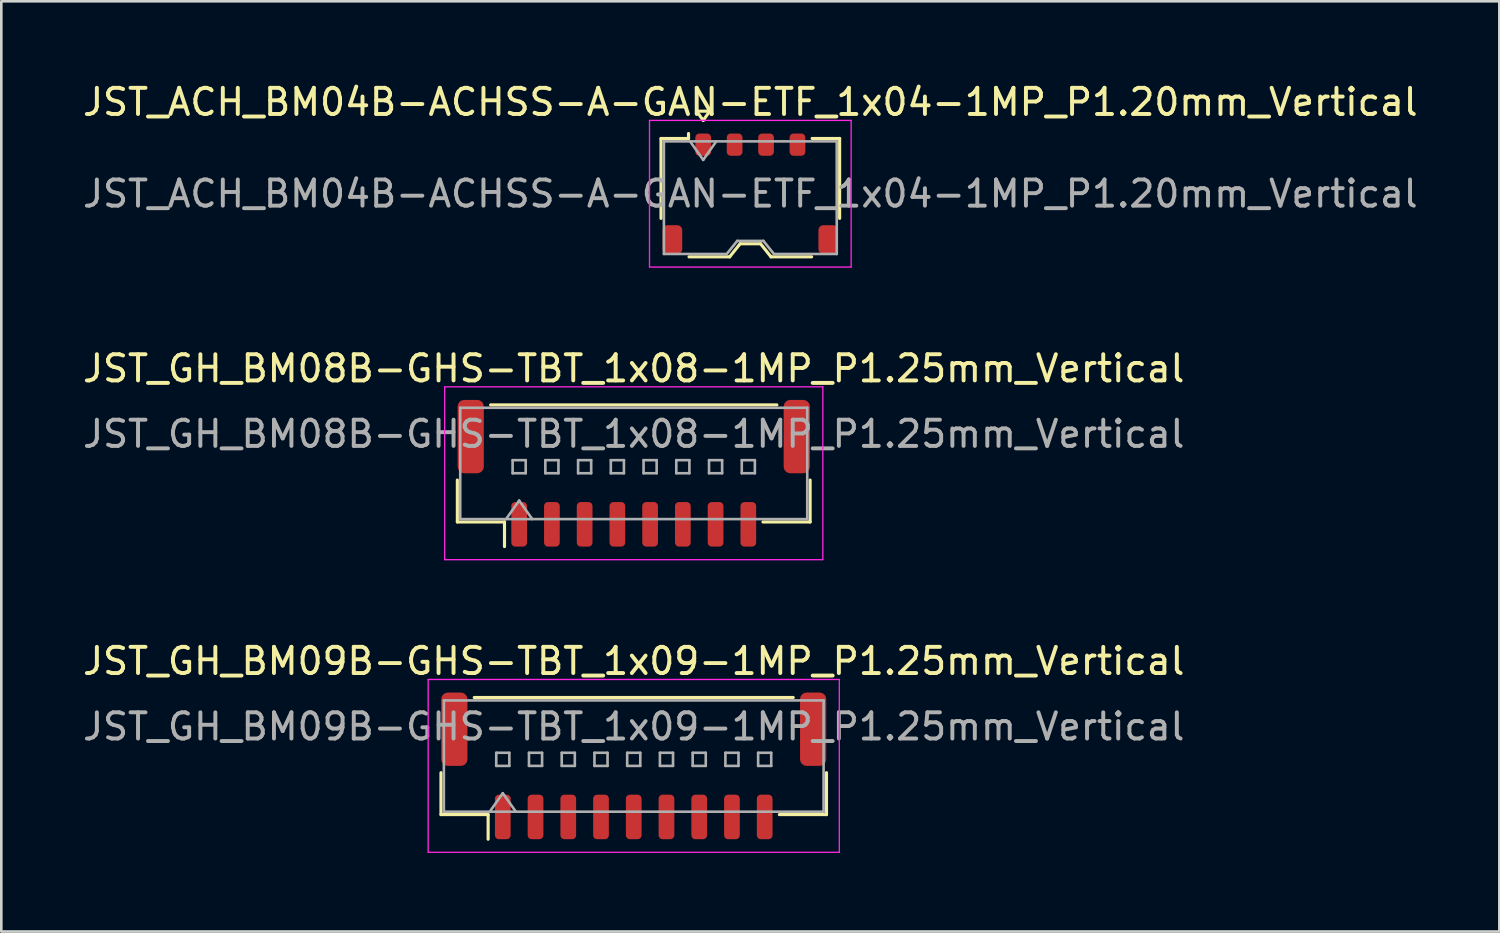
<source format=kicad_pcb>
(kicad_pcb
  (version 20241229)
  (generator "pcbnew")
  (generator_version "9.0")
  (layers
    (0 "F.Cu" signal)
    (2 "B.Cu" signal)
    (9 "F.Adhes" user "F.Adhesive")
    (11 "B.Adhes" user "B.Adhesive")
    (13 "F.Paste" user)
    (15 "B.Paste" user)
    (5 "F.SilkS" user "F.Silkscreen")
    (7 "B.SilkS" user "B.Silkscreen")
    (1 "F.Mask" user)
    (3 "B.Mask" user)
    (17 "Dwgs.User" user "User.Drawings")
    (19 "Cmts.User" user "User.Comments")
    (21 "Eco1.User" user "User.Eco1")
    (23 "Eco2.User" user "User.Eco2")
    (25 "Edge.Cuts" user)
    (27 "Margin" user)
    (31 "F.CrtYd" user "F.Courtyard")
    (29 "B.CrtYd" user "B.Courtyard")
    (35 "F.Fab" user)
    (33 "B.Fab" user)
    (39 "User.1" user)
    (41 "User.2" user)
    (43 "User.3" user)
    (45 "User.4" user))
  (footprint "JST_GH_BM09B-GHS-TBT_1x09-1MP_P1.25mm_Vertical"
    (layer "F.Cu")
    (at 21.149 26.195)
    (property "Reference" "JST_GH_BM09B-GHS-TBT_1x09-1MP_P1.25mm_Vertical" (at 0 -4 0) (layer "F.SilkS") (effects (font (size 1 1) (thickness 0.15))))
    (attr smd)
    (fp_line (start -7.36 0.26) (end -7.36 1.86) (stroke (width 0.12) (type solid)) (layer "F.SilkS"))
    (fp_line (start -7.36 1.86) (end -5.56 1.86) (stroke (width 0.12) (type solid)) (layer "F.SilkS"))
    (fp_line (start -6.09 -2.61) (end 6.09 -2.61) (stroke (width 0.12) (type solid)) (layer "F.SilkS"))
    (fp_line (start -5.56 1.86) (end -5.56 2.8) (stroke (width 0.12) (type solid)) (layer "F.SilkS"))
    (fp_line (start 7.36 0.26) (end 7.36 1.86) (stroke (width 0.12) (type solid)) (layer "F.SilkS"))
    (fp_line (start 7.36 1.86) (end 5.56 1.86) (stroke (width 0.12) (type solid)) (layer "F.SilkS"))
    (fp_line (start -7.85 -3.3) (end -7.85 3.3) (stroke (width 0.05) (type solid)) (layer "F.CrtYd"))
    (fp_line (start -7.85 3.3) (end 7.85 3.3) (stroke (width 0.05) (type solid)) (layer "F.CrtYd"))
    (fp_line (start 7.85 -3.3) (end -7.85 -3.3) (stroke (width 0.05) (type solid)) (layer "F.CrtYd"))
    (fp_line (start 7.85 3.3) (end 7.85 -3.3) (stroke (width 0.05) (type solid)) (layer "F.CrtYd"))
    (fp_line (start -7.25 -2.5) (end 7.25 -2.5) (stroke (width 0.1) (type solid)) (layer "F.Fab"))
    (fp_line (start -7.25 1.75) (end -7.25 -2.5) (stroke (width 0.1) (type solid)) (layer "F.Fab"))
    (fp_line (start -7.25 1.75) (end 7.25 1.75) (stroke (width 0.1) (type solid)) (layer "F.Fab"))
    (fp_line (start -5.5 1.75) (end -5 1.043) (stroke (width 0.1) (type solid)) (layer "F.Fab"))
    (fp_line (start -5.25 -0.5) (end -5.25 0) (stroke (width 0.1) (type solid)) (layer "F.Fab"))
    (fp_line (start -5.25 0) (end -4.75 0) (stroke (width 0.1) (type solid)) (layer "F.Fab"))
    (fp_line (start -5 1.043) (end -4.5 1.75) (stroke (width 0.1) (type solid)) (layer "F.Fab"))
    (fp_line (start -4.75 -0.5) (end -5.25 -0.5) (stroke (width 0.1) (type solid)) (layer "F.Fab"))
    (fp_line (start -4.75 0) (end -4.75 -0.5) (stroke (width 0.1) (type solid)) (layer "F.Fab"))
    (fp_line (start -4 -0.5) (end -4 0) (stroke (width 0.1) (type solid)) (layer "F.Fab"))
    (fp_line (start -4 0) (end -3.5 0) (stroke (width 0.1) (type solid)) (layer "F.Fab"))
    (fp_line (start -3.5 -0.5) (end -4 -0.5) (stroke (width 0.1) (type solid)) (layer "F.Fab"))
    (fp_line (start -3.5 0) (end -3.5 -0.5) (stroke (width 0.1) (type solid)) (layer "F.Fab"))
    (fp_line (start -2.75 -0.5) (end -2.75 0) (stroke (width 0.1) (type solid)) (layer "F.Fab"))
    (fp_line (start -2.75 0) (end -2.25 0) (stroke (width 0.1) (type solid)) (layer "F.Fab"))
    (fp_line (start -2.25 -0.5) (end -2.75 -0.5) (stroke (width 0.1) (type solid)) (layer "F.Fab"))
    (fp_line (start -2.25 0) (end -2.25 -0.5) (stroke (width 0.1) (type solid)) (layer "F.Fab"))
    (fp_line (start -1.5 -0.5) (end -1.5 0) (stroke (width 0.1) (type solid)) (layer "F.Fab"))
    (fp_line (start -1.5 0) (end -1 0) (stroke (width 0.1) (type solid)) (layer "F.Fab"))
    (fp_line (start -1 -0.5) (end -1.5 -0.5) (stroke (width 0.1) (type solid)) (layer "F.Fab"))
    (fp_line (start -1 0) (end -1 -0.5) (stroke (width 0.1) (type solid)) (layer "F.Fab"))
    (fp_line (start -0.25 -0.5) (end -0.25 0) (stroke (width 0.1) (type solid)) (layer "F.Fab"))
    (fp_line (start -0.25 0) (end 0.25 0) (stroke (width 0.1) (type solid)) (layer "F.Fab"))
    (fp_line (start 0.25 -0.5) (end -0.25 -0.5) (stroke (width 0.1) (type solid)) (layer "F.Fab"))
    (fp_line (start 0.25 0) (end 0.25 -0.5) (stroke (width 0.1) (type solid)) (layer "F.Fab"))
    (fp_line (start 1 -0.5) (end 1 0) (stroke (width 0.1) (type solid)) (layer "F.Fab"))
    (fp_line (start 1 0) (end 1.5 0) (stroke (width 0.1) (type solid)) (layer "F.Fab"))
    (fp_line (start 1.5 -0.5) (end 1 -0.5) (stroke (width 0.1) (type solid)) (layer "F.Fab"))
    (fp_line (start 1.5 0) (end 1.5 -0.5) (stroke (width 0.1) (type solid)) (layer "F.Fab"))
    (fp_line (start 2.25 -0.5) (end 2.25 0) (stroke (width 0.1) (type solid)) (layer "F.Fab"))
    (fp_line (start 2.25 0) (end 2.75 0) (stroke (width 0.1) (type solid)) (layer "F.Fab"))
    (fp_line (start 2.75 -0.5) (end 2.25 -0.5) (stroke (width 0.1) (type solid)) (layer "F.Fab"))
    (fp_line (start 2.75 0) (end 2.75 -0.5) (stroke (width 0.1) (type solid)) (layer "F.Fab"))
    (fp_line (start 3.5 -0.5) (end 3.5 0) (stroke (width 0.1) (type solid)) (layer "F.Fab"))
    (fp_line (start 3.5 0) (end 4 0) (stroke (width 0.1) (type solid)) (layer "F.Fab"))
    (fp_line (start 4 -0.5) (end 3.5 -0.5) (stroke (width 0.1) (type solid)) (layer "F.Fab"))
    (fp_line (start 4 0) (end 4 -0.5) (stroke (width 0.1) (type solid)) (layer "F.Fab"))
    (fp_line (start 4.75 -0.5) (end 4.75 0) (stroke (width 0.1) (type solid)) (layer "F.Fab"))
    (fp_line (start 4.75 0) (end 5.25 0) (stroke (width 0.1) (type solid)) (layer "F.Fab"))
    (fp_line (start 5.25 -0.5) (end 4.75 -0.5) (stroke (width 0.1) (type solid)) (layer "F.Fab"))
    (fp_line (start 5.25 0) (end 5.25 -0.5) (stroke (width 0.1) (type solid)) (layer "F.Fab"))
    (fp_line (start 7.25 1.75) (end 7.25 -2.5) (stroke (width 0.1) (type solid)) (layer "F.Fab"))
    (fp_text user "${REFERENCE}" (at 0 -1.5 0) (layer "F.Fab") (effects (font (size 1 1) (thickness 0.15))))
    (pad "1" smd roundrect (at -5 1.95) (size 0.6 1.7) (layers "F.Cu" "F.Mask" "F.Paste") (roundrect_rratio 0.25))
    (pad "2" smd roundrect (at -3.75 1.95) (size 0.6 1.7) (layers "F.Cu" "F.Mask" "F.Paste") (roundrect_rratio 0.25))
    (pad "3" smd roundrect (at -2.5 1.95) (size 0.6 1.7) (layers "F.Cu" "F.Mask" "F.Paste") (roundrect_rratio 0.25))
    (pad "4" smd roundrect (at -1.25 1.95) (size 0.6 1.7) (layers "F.Cu" "F.Mask" "F.Paste") (roundrect_rratio 0.25))
    (pad "5" smd roundrect (at 0 1.95) (size 0.6 1.7) (layers "F.Cu" "F.Mask" "F.Paste") (roundrect_rratio 0.25))
    (pad "6" smd roundrect (at 1.25 1.95) (size 0.6 1.7) (layers "F.Cu" "F.Mask" "F.Paste") (roundrect_rratio 0.25))
    (pad "7" smd roundrect (at 2.5 1.95) (size 0.6 1.7) (layers "F.Cu" "F.Mask" "F.Paste") (roundrect_rratio 0.25))
    (pad "8" smd roundrect (at 3.75 1.95) (size 0.6 1.7) (layers "F.Cu" "F.Mask" "F.Paste") (roundrect_rratio 0.25))
    (pad "9" smd roundrect (at 5 1.95) (size 0.6 1.7) (layers "F.Cu" "F.Mask" "F.Paste") (roundrect_rratio 0.25))
    (pad "MP" smd roundrect (at -6.85 -1.4) (size 1 2.8) (layers "F.Cu" "F.Mask" "F.Paste") (roundrect_rratio 0.25))
    (pad "MP" smd roundrect (at 6.85 -1.4) (size 1 2.8) (layers "F.Cu" "F.Mask" "F.Paste") (roundrect_rratio 0.25)))
  (footprint "JST_GH_BM08B-GHS-TBT_1x08-1MP_P1.25mm_Vertical"
    (layer "F.Cu")
    (at 21.149 15.021)
    (property "Reference" "JST_GH_BM08B-GHS-TBT_1x08-1MP_P1.25mm_Vertical" (at 0 -4 0) (layer "F.SilkS") (effects (font (size 1 1) (thickness 0.15))))
    (attr smd)
    (fp_line (start -6.735 0.26) (end -6.735 1.86) (stroke (width 0.12) (type solid)) (layer "F.SilkS"))
    (fp_line (start -6.735 1.86) (end -4.935 1.86) (stroke (width 0.12) (type solid)) (layer "F.SilkS"))
    (fp_line (start -5.465 -2.61) (end 5.465 -2.61) (stroke (width 0.12) (type solid)) (layer "F.SilkS"))
    (fp_line (start -4.935 1.86) (end -4.935 2.8) (stroke (width 0.12) (type solid)) (layer "F.SilkS"))
    (fp_line (start 6.735 0.26) (end 6.735 1.86) (stroke (width 0.12) (type solid)) (layer "F.SilkS"))
    (fp_line (start 6.735 1.86) (end 4.935 1.86) (stroke (width 0.12) (type solid)) (layer "F.SilkS"))
    (fp_line (start -7.22 -3.3) (end -7.22 3.3) (stroke (width 0.05) (type solid)) (layer "F.CrtYd"))
    (fp_line (start -7.22 3.3) (end 7.22 3.3) (stroke (width 0.05) (type solid)) (layer "F.CrtYd"))
    (fp_line (start 7.22 -3.3) (end -7.22 -3.3) (stroke (width 0.05) (type solid)) (layer "F.CrtYd"))
    (fp_line (start 7.22 3.3) (end 7.22 -3.3) (stroke (width 0.05) (type solid)) (layer "F.CrtYd"))
    (fp_line (start -6.625 -2.5) (end 6.625 -2.5) (stroke (width 0.1) (type solid)) (layer "F.Fab"))
    (fp_line (start -6.625 1.75) (end -6.625 -2.5) (stroke (width 0.1) (type solid)) (layer "F.Fab"))
    (fp_line (start -6.625 1.75) (end 6.625 1.75) (stroke (width 0.1) (type solid)) (layer "F.Fab"))
    (fp_line (start -4.875 1.75) (end -4.375 1.043) (stroke (width 0.1) (type solid)) (layer "F.Fab"))
    (fp_line (start -4.625 -0.5) (end -4.625 0) (stroke (width 0.1) (type solid)) (layer "F.Fab"))
    (fp_line (start -4.625 0) (end -4.125 0) (stroke (width 0.1) (type solid)) (layer "F.Fab"))
    (fp_line (start -4.375 1.043) (end -3.875 1.75) (stroke (width 0.1) (type solid)) (layer "F.Fab"))
    (fp_line (start -4.125 -0.5) (end -4.625 -0.5) (stroke (width 0.1) (type solid)) (layer "F.Fab"))
    (fp_line (start -4.125 0) (end -4.125 -0.5) (stroke (width 0.1) (type solid)) (layer "F.Fab"))
    (fp_line (start -3.375 -0.5) (end -3.375 0) (stroke (width 0.1) (type solid)) (layer "F.Fab"))
    (fp_line (start -3.375 0) (end -2.875 0) (stroke (width 0.1) (type solid)) (layer "F.Fab"))
    (fp_line (start -2.875 -0.5) (end -3.375 -0.5) (stroke (width 0.1) (type solid)) (layer "F.Fab"))
    (fp_line (start -2.875 0) (end -2.875 -0.5) (stroke (width 0.1) (type solid)) (layer "F.Fab"))
    (fp_line (start -2.125 -0.5) (end -2.125 0) (stroke (width 0.1) (type solid)) (layer "F.Fab"))
    (fp_line (start -2.125 0) (end -1.625 0) (stroke (width 0.1) (type solid)) (layer "F.Fab"))
    (fp_line (start -1.625 -0.5) (end -2.125 -0.5) (stroke (width 0.1) (type solid)) (layer "F.Fab"))
    (fp_line (start -1.625 0) (end -1.625 -0.5) (stroke (width 0.1) (type solid)) (layer "F.Fab"))
    (fp_line (start -0.875 -0.5) (end -0.875 0) (stroke (width 0.1) (type solid)) (layer "F.Fab"))
    (fp_line (start -0.875 0) (end -0.375 0) (stroke (width 0.1) (type solid)) (layer "F.Fab"))
    (fp_line (start -0.375 -0.5) (end -0.875 -0.5) (stroke (width 0.1) (type solid)) (layer "F.Fab"))
    (fp_line (start -0.375 0) (end -0.375 -0.5) (stroke (width 0.1) (type solid)) (layer "F.Fab"))
    (fp_line (start 0.375 -0.5) (end 0.375 0) (stroke (width 0.1) (type solid)) (layer "F.Fab"))
    (fp_line (start 0.375 0) (end 0.875 0) (stroke (width 0.1) (type solid)) (layer "F.Fab"))
    (fp_line (start 0.875 -0.5) (end 0.375 -0.5) (stroke (width 0.1) (type solid)) (layer "F.Fab"))
    (fp_line (start 0.875 0) (end 0.875 -0.5) (stroke (width 0.1) (type solid)) (layer "F.Fab"))
    (fp_line (start 1.625 -0.5) (end 1.625 0) (stroke (width 0.1) (type solid)) (layer "F.Fab"))
    (fp_line (start 1.625 0) (end 2.125 0) (stroke (width 0.1) (type solid)) (layer "F.Fab"))
    (fp_line (start 2.125 -0.5) (end 1.625 -0.5) (stroke (width 0.1) (type solid)) (layer "F.Fab"))
    (fp_line (start 2.125 0) (end 2.125 -0.5) (stroke (width 0.1) (type solid)) (layer "F.Fab"))
    (fp_line (start 2.875 -0.5) (end 2.875 0) (stroke (width 0.1) (type solid)) (layer "F.Fab"))
    (fp_line (start 2.875 0) (end 3.375 0) (stroke (width 0.1) (type solid)) (layer "F.Fab"))
    (fp_line (start 3.375 -0.5) (end 2.875 -0.5) (stroke (width 0.1) (type solid)) (layer "F.Fab"))
    (fp_line (start 3.375 0) (end 3.375 -0.5) (stroke (width 0.1) (type solid)) (layer "F.Fab"))
    (fp_line (start 4.125 -0.5) (end 4.125 0) (stroke (width 0.1) (type solid)) (layer "F.Fab"))
    (fp_line (start 4.125 0) (end 4.625 0) (stroke (width 0.1) (type solid)) (layer "F.Fab"))
    (fp_line (start 4.625 -0.5) (end 4.125 -0.5) (stroke (width 0.1) (type solid)) (layer "F.Fab"))
    (fp_line (start 4.625 0) (end 4.625 -0.5) (stroke (width 0.1) (type solid)) (layer "F.Fab"))
    (fp_line (start 6.625 1.75) (end 6.625 -2.5) (stroke (width 0.1) (type solid)) (layer "F.Fab"))
    (fp_text user "${REFERENCE}" (at 0 -1.5 0) (layer "F.Fab") (effects (font (size 1 1) (thickness 0.15))))
    (pad "1" smd roundrect (at -4.375 1.95) (size 0.6 1.7) (layers "F.Cu" "F.Mask" "F.Paste") (roundrect_rratio 0.25))
    (pad "2" smd roundrect (at -3.125 1.95) (size 0.6 1.7) (layers "F.Cu" "F.Mask" "F.Paste") (roundrect_rratio 0.25))
    (pad "3" smd roundrect (at -1.875 1.95) (size 0.6 1.7) (layers "F.Cu" "F.Mask" "F.Paste") (roundrect_rratio 0.25))
    (pad "4" smd roundrect (at -0.625 1.95) (size 0.6 1.7) (layers "F.Cu" "F.Mask" "F.Paste") (roundrect_rratio 0.25))
    (pad "5" smd roundrect (at 0.625 1.95) (size 0.6 1.7) (layers "F.Cu" "F.Mask" "F.Paste") (roundrect_rratio 0.25))
    (pad "6" smd roundrect (at 1.875 1.95) (size 0.6 1.7) (layers "F.Cu" "F.Mask" "F.Paste") (roundrect_rratio 0.25))
    (pad "7" smd roundrect (at 3.125 1.95) (size 0.6 1.7) (layers "F.Cu" "F.Mask" "F.Paste") (roundrect_rratio 0.25))
    (pad "8" smd roundrect (at 4.375 1.95) (size 0.6 1.7) (layers "F.Cu" "F.Mask" "F.Paste") (roundrect_rratio 0.25))
    (pad "MP" smd roundrect (at -6.225 -1.4) (size 1 2.8) (layers "F.Cu" "F.Mask" "F.Paste") (roundrect_rratio 0.25))
    (pad "MP" smd roundrect (at 6.225 -1.4) (size 1 2.8) (layers "F.Cu" "F.Mask" "F.Paste") (roundrect_rratio 0.25)))
  (footprint "JST_ACH_BM04B-ACHSS-A-GAN-ETF_1x04-1MP_P1.20mm_Vertical"
    (layer "F.Cu")
    (at 25.601 4.348)
    (property "Reference" "JST_ACH_BM04B-ACHSS-A-GAN-ETF_1x04-1MP_P1.20mm_Vertical" (at 0 -3.5 0) (layer "F.SilkS") (effects (font (size 1 1) (thickness 0.15))))
    (attr smd)
    (fp_line (start -3.41 -2.11) (end -2.36 -2.11) (stroke (width 0.12) (type solid)) (layer "F.SilkS"))
    (fp_line (start -3.41 0.94) (end -3.41 -2.11) (stroke (width 0.12) (type solid)) (layer "F.SilkS"))
    (fp_line (start -2.36 -2.11) (end -2.36 -2.3) (stroke (width 0.12) (type solid)) (layer "F.SilkS"))
    (fp_line (start -2.34 2.41) (end -0.79 2.41) (stroke (width 0.12) (type solid)) (layer "F.SilkS"))
    (fp_line (start -2.05 -3.154) (end -1.8 -2.8) (stroke (width 0.12) (type solid)) (layer "F.SilkS"))
    (fp_line (start -1.8 -2.8) (end -1.55 -3.154) (stroke (width 0.12) (type solid)) (layer "F.SilkS"))
    (fp_line (start -1.55 -3.154) (end -2.05 -3.154) (stroke (width 0.12) (type solid)) (layer "F.SilkS"))
    (fp_line (start -0.79 2.41) (end -0.39 1.91) (stroke (width 0.12) (type solid)) (layer "F.SilkS"))
    (fp_line (start -0.39 1.91) (end 0.39 1.91) (stroke (width 0.12) (type solid)) (layer "F.SilkS"))
    (fp_line (start 0.39 1.91) (end 0.79 2.41) (stroke (width 0.12) (type solid)) (layer "F.SilkS"))
    (fp_line (start 0.79 2.41) (end 2.34 2.41) (stroke (width 0.12) (type solid)) (layer "F.SilkS"))
    (fp_line (start 3.41 -2.11) (end 2.36 -2.11) (stroke (width 0.12) (type solid)) (layer "F.SilkS"))
    (fp_line (start 3.41 0.94) (end 3.41 -2.11) (stroke (width 0.12) (type solid)) (layer "F.SilkS"))
    (fp_line (start -3.85 -2.8) (end -3.85 2.8) (stroke (width 0.05) (type solid)) (layer "F.CrtYd"))
    (fp_line (start -3.85 2.8) (end 3.85 2.8) (stroke (width 0.05) (type solid)) (layer "F.CrtYd"))
    (fp_line (start 3.85 -2.8) (end -3.85 -2.8) (stroke (width 0.05) (type solid)) (layer "F.CrtYd"))
    (fp_line (start 3.85 2.8) (end 3.85 -2.8) (stroke (width 0.05) (type solid)) (layer "F.CrtYd"))
    (fp_line (start -3.3 -2) (end -3.3 2.3) (stroke (width 0.1) (type solid)) (layer "F.Fab"))
    (fp_line (start -3.3 -2) (end 3.3 -2) (stroke (width 0.1) (type solid)) (layer "F.Fab"))
    (fp_line (start -3.3 2.3) (end -0.9 2.3) (stroke (width 0.1) (type solid)) (layer "F.Fab"))
    (fp_line (start -2.3 -2) (end -1.8 -1.293) (stroke (width 0.1) (type solid)) (layer "F.Fab"))
    (fp_line (start -1.8 -1.293) (end -1.3 -2) (stroke (width 0.1) (type solid)) (layer "F.Fab"))
    (fp_line (start -0.9 2.3) (end -0.5 1.8) (stroke (width 0.1) (type solid)) (layer "F.Fab"))
    (fp_line (start -0.5 1.8) (end 0.5 1.8) (stroke (width 0.1) (type solid)) (layer "F.Fab"))
    (fp_line (start 0.5 1.8) (end 0.9 2.3) (stroke (width 0.1) (type solid)) (layer "F.Fab"))
    (fp_line (start 0.9 2.3) (end 3.3 2.3) (stroke (width 0.1) (type solid)) (layer "F.Fab"))
    (fp_line (start 3.3 -2) (end 3.3 2.3) (stroke (width 0.1) (type solid)) (layer "F.Fab"))
    (fp_text user "${REFERENCE}" (at 0 0 0) (layer "F.Fab") (effects (font (size 1 1) (thickness 0.15))))
    (pad "1" smd roundrect (at -1.8 -1.875) (size 0.6 0.85) (layers "F.Cu" "F.Mask" "F.Paste") (roundrect_rratio 0.25))
    (pad "2" smd roundrect (at -0.6 -1.875) (size 0.6 0.85) (layers "F.Cu" "F.Mask" "F.Paste") (roundrect_rratio 0.25))
    (pad "3" smd roundrect (at 0.6 -1.875) (size 0.6 0.85) (layers "F.Cu" "F.Mask" "F.Paste") (roundrect_rratio 0.25))
    (pad "4" smd roundrect (at 1.8 -1.875) (size 0.6 0.85) (layers "F.Cu" "F.Mask" "F.Paste") (roundrect_rratio 0.25))
    (pad "MP" smd roundrect (at -2.975 1.75) (size 0.75 1.1) (layers "F.Cu" "F.Mask" "F.Paste") (roundrect_rratio 0.25))
    (pad "MP" smd roundrect (at 2.975 1.75) (size 0.75 1.1) (layers "F.Cu" "F.Mask" "F.Paste") (roundrect_rratio 0.25)))
  (gr_rect
    (start -3 -3)
    (end 54.202 32.52)
    (stroke (width 0.1) (type default))
    (fill no)
    (layer "Edge.Cuts")))
</source>
